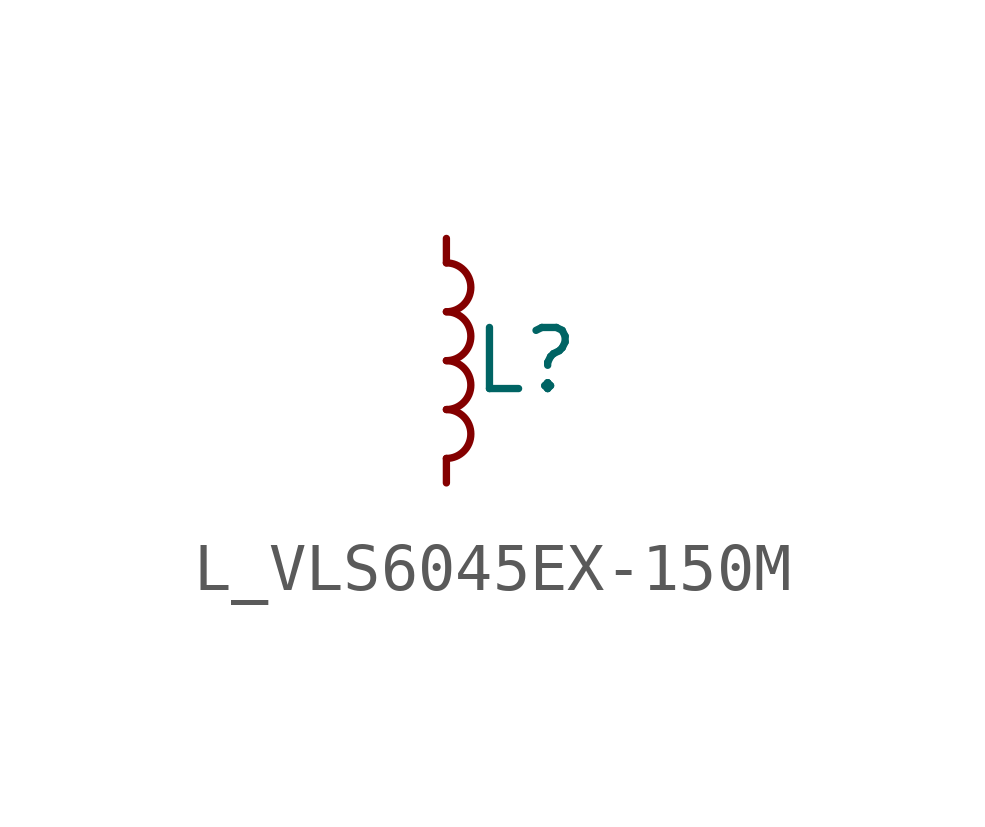
<source format=kicad_sym>
(kicad_symbol_lib
  (version 20220914)
  (generator kicad_symbol_editor)
  (symbol "L_VLS6045EX-150M"
    (pin_numbers hide)
    (pin_names
      (offset 0.254) hide)
    (property "Reference" "L"
      (at 1.651 0 0)
      (effects (font (size 1.27 1.27))))
    (symbol "L_VLS6045EX-150M_0_1"
      (arc (start 0 -2.032) (mid 0.5058 -1.524) (end 0 -1.016) (stroke (width 0) (type default)) (fill (type none)))
      (arc (start 0 -1.016) (mid 0.5058 -0.508) (end 0 0) (stroke (width 0) (type default)) (fill (type none)))
      (arc (start 0 0) (mid 0.5058 0.508) (end 0 1.016) (stroke (width 0) (type default)) (fill (type none)))
      (arc (start 0 1.016) (mid 0.5058 1.524) (end 0 2.032) (stroke (width 0) (type default)) (fill (type none))))
    (symbol "L_VLS6045EX-150M_1_1"
      (pin passive line (at 0 2.54 270) (length 0.508) (name "~" (effects (font (size 1.27 1.27)))) (number "1" (effects (font (size 1.27 1.27)))))
      (pin passive line (at 0 -2.54 90) (length 0.508) (name "~" (effects (font (size 1.27 1.27)))) (number "2" (effects (font (size 1.27 1.27))))))))
</source>
